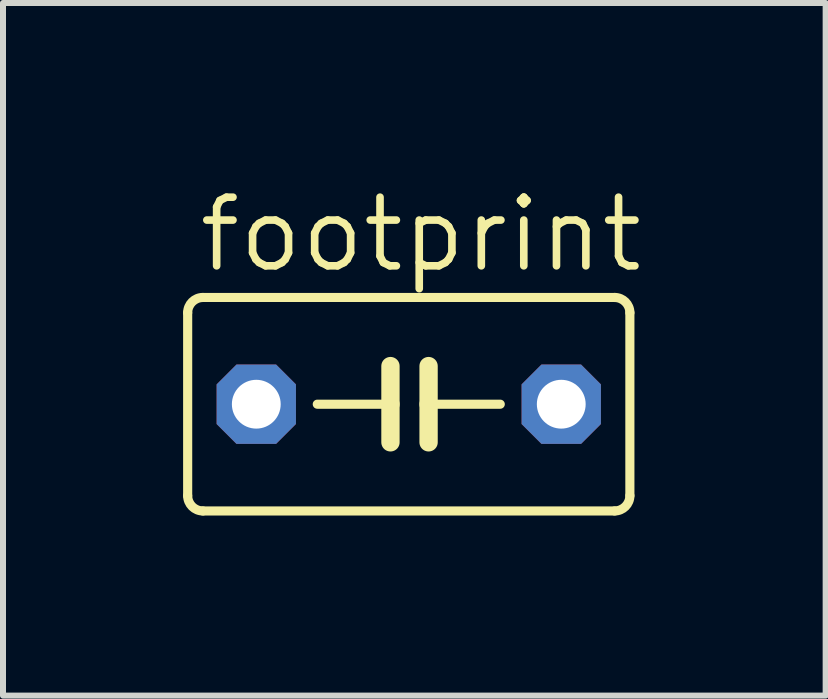
<source format=kicad_pcb>
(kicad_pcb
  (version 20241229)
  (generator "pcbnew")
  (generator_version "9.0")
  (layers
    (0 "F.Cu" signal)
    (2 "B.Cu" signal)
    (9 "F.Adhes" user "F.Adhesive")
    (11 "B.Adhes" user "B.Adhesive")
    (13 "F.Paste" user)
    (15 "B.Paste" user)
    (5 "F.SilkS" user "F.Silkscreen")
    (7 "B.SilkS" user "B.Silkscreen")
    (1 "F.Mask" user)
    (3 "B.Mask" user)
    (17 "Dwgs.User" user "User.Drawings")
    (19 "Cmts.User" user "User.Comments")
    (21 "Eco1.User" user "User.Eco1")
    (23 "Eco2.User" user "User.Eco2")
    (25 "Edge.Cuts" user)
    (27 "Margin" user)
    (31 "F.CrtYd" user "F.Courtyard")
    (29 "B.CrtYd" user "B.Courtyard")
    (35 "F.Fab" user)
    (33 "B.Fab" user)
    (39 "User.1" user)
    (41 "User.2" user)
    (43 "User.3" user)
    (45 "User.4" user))
  (footprint "footprint"
    (layer "F.Cu")
    (at 3.759 3.683)
    (property "Reference" "footprint" (at -3.556 -2.159 0) (layer "F.SilkS") (effects (font (size 1.143 1.143) (thickness 0.127)) (justify left bottom)))
    (fp_line (start -3.683 -1.524) (end -3.683 1.524) (stroke (width 0.152) (type solid)) (layer "F.SilkS"))
    (fp_line (start -3.429 1.778) (end 3.429 1.778) (stroke (width 0.152) (type solid)) (layer "F.SilkS"))
    (fp_line (start -0.305 -0.635) (end -0.305 0) (stroke (width 0.305) (type solid)) (layer "F.SilkS"))
    (fp_line (start -0.305 0) (end -1.524 0) (stroke (width 0.152) (type solid)) (layer "F.SilkS"))
    (fp_line (start -0.305 0) (end -0.305 0.635) (stroke (width 0.305) (type solid)) (layer "F.SilkS"))
    (fp_line (start 0.33 -0.635) (end 0.33 0) (stroke (width 0.305) (type solid)) (layer "F.SilkS"))
    (fp_line (start 0.33 0) (end 0.33 0.635) (stroke (width 0.305) (type solid)) (layer "F.SilkS"))
    (fp_line (start 0.33 0) (end 1.524 0) (stroke (width 0.152) (type solid)) (layer "F.SilkS"))
    (fp_line (start 3.429 -1.778) (end -3.429 -1.778) (stroke (width 0.152) (type solid)) (layer "F.SilkS"))
    (fp_line (start 3.683 1.524) (end 3.683 -1.524) (stroke (width 0.152) (type solid)) (layer "F.SilkS"))
    (fp_arc (start -3.683 -1.524) (mid -3.608605 -1.703605) (end -3.429 -1.778) (stroke (width 0.1524) (type solid)) (layer "F.SilkS"))
    (fp_arc (start -3.429 1.778) (mid -3.608605 1.703605) (end -3.683 1.524) (stroke (width 0.1524) (type solid)) (layer "F.SilkS"))
    (fp_arc (start 3.429 -1.778) (mid 3.608605 -1.703605) (end 3.683 -1.524) (stroke (width 0.1524) (type solid)) (layer "F.SilkS"))
    (fp_arc (start 3.683 1.524) (mid 3.608605 1.703605) (end 3.429 1.778) (stroke (width 0.1524) (type solid)) (layer "F.SilkS"))
    (pad "1" thru_hole roundrect (at -2.54 0) (size 1.321 1.321) (drill 0.813) (layers "*.Cu" "*.Mask") (roundrect_rratio 0.25) (chamfer_ratio 0.25) (chamfer top_left top_right bottom_left bottom_right))
    (pad "2" thru_hole roundrect (at 2.54 0) (size 1.321 1.321) (drill 0.813) (layers "*.Cu" "*.Mask") (roundrect_rratio 0.25) (chamfer_ratio 0.25) (chamfer top_left top_right bottom_left bottom_right)))
  (gr_rect
    (start -3 -3)
    (end 10.703 8.537)
    (stroke (width 0.1) (type default))
    (fill no)
    (layer "Edge.Cuts")))
</source>
